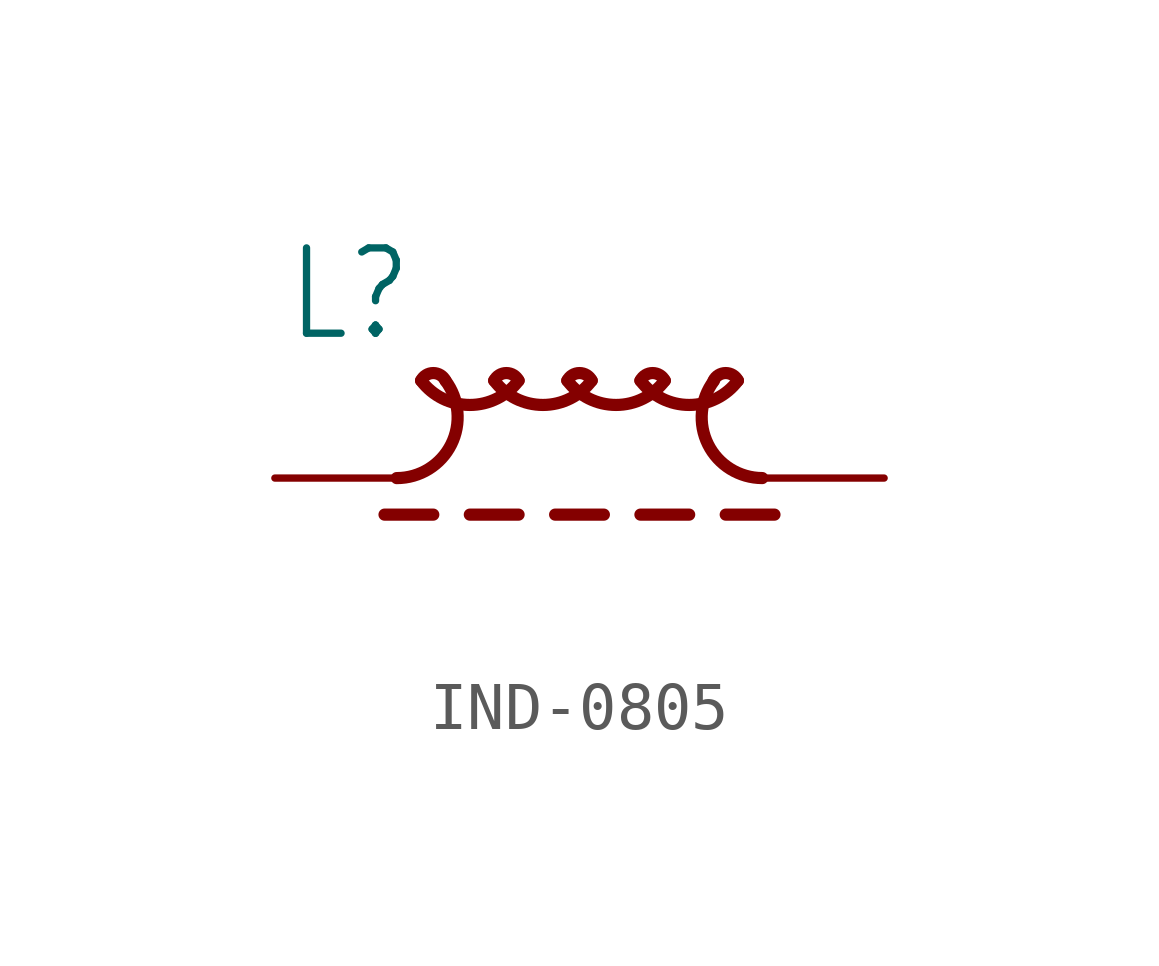
<source format=kicad_sym>
(kicad_symbol_lib
  (version 20220914)
  (generator kicad_symbol_editor)
  (symbol "IND-0805"
    (property "Reference" "L"
      (at -4.88 2.794 0)
      (effects (font (size 1.778 1.511)) (justify left bottom)))
    (property "Value" ""
      (at -4.88 -3.048 0)
      (effects (font (size 1.778 1.511)) (justify left bottom)))
    (property "ki_locked" ""
      (at 0 0 0)
      (effects (font (size 1.27 1.27))))
    (symbol "IND-0805_1_0"
      (arc (start -2.54 0) (mid -1.4041 0.7019) (end -1.5239 2.0318) (stroke (width 0.254) (type solid)) (fill (type none)))
      (arc (start -2.032 2.032) (mid -1.016 0) (end 0 2.032) (stroke (width 0.254) (type solid)) (fill (type none)))
      (arc (start -1.524 2.032) (mid -1.778 2.189) (end -2.032 2.032) (stroke (width 0.254) (type solid)) (fill (type none)))
      (arc (start -0.508 2.032) (mid 0.508 0) (end 1.524 2.032) (stroke (width 0.254) (type solid)) (fill (type none)))
      (polyline (pts (xy -2.794 -0.762) (xy -1.778 -0.762)) (stroke (width 0.254) (type solid)) (fill (type none)))
      (polyline (pts (xy -1.016 -0.762) (xy 0 -0.762)) (stroke (width 0.254) (type solid)) (fill (type none)))
      (polyline (pts (xy 0.762 -0.762) (xy 1.778 -0.762)) (stroke (width 0.254) (type solid)) (fill (type none)))
      (polyline (pts (xy 2.54 -0.762) (xy 3.556 -0.762)) (stroke (width 0.254) (type solid)) (fill (type none)))
      (polyline (pts (xy 4.318 -0.762) (xy 5.334 -0.762)) (stroke (width 0.254) (type solid)) (fill (type none)))
      (arc (start 0 2.032) (mid -0.254 2.189) (end -0.508 2.032) (stroke (width 0.254) (type solid)) (fill (type none)))
      (arc (start 1.016 2.032) (mid 2.032 0) (end 3.048 2.032) (stroke (width 0.254) (type solid)) (fill (type none)))
      (arc (start 1.524 2.032) (mid 1.27 2.189) (end 1.016 2.032) (stroke (width 0.254) (type solid)) (fill (type none)))
      (arc (start 2.54 2.032) (mid 3.556 0) (end 4.572 2.032) (stroke (width 0.254) (type solid)) (fill (type none)))
      (arc (start 3.048 2.032) (mid 2.794 2.189) (end 2.54 2.032) (stroke (width 0.254) (type solid)) (fill (type none)))
      (arc (start 4.064 2.032) (mid 3.9439 0.7021) (end 5.0798 -0.0001) (stroke (width 0.254) (type solid)) (fill (type none)))
      (arc (start 4.572 2.032) (mid 4.318 2.189) (end 4.064 2.032) (stroke (width 0.254) (type solid)) (fill (type none)))
      (pin passive line (at -5.08 0 0) (length 2.54) (name "1" (effects (font (size 0 0)))) (number "1" (effects (font (size 0 0)))))
      (pin passive line (at 7.62 0 180) (length 2.54) (name "2" (effects (font (size 0 0)))) (number "2" (effects (font (size 0 0))))))))
</source>
